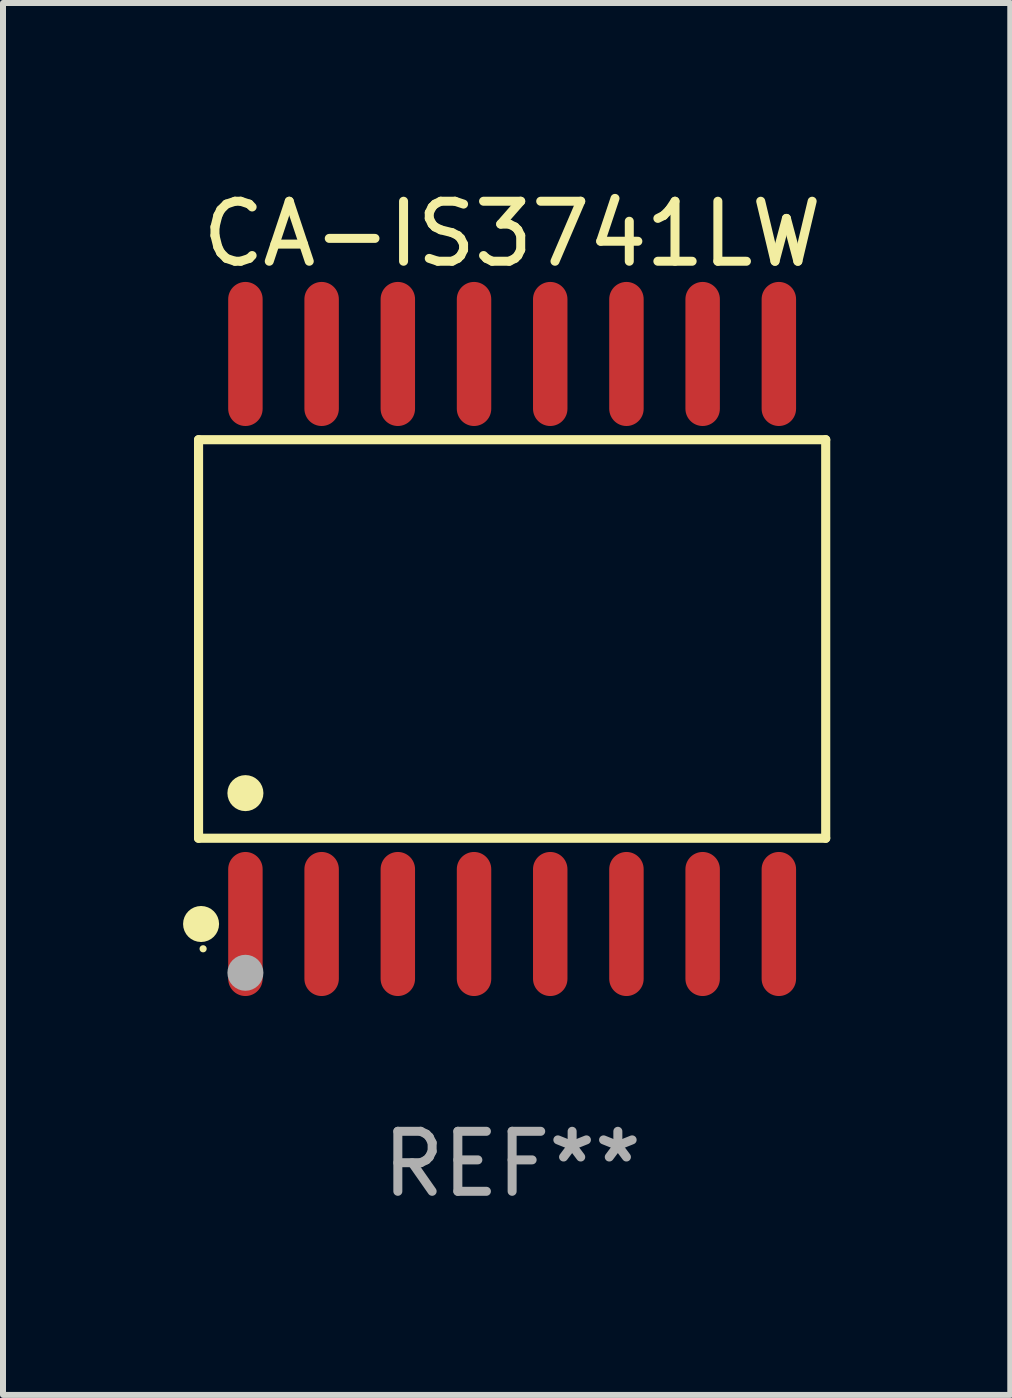
<source format=kicad_pcb>
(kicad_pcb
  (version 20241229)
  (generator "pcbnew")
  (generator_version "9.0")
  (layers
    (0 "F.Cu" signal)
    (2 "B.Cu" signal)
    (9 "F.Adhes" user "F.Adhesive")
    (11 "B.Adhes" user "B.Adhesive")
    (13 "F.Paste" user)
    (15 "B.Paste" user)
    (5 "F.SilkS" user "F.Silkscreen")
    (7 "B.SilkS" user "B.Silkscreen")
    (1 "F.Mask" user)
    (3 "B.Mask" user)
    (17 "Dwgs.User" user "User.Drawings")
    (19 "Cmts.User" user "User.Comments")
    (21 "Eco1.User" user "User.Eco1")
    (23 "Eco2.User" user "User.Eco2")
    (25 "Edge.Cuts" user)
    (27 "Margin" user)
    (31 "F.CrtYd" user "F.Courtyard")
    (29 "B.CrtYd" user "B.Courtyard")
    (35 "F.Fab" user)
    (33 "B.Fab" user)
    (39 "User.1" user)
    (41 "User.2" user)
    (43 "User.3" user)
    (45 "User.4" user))
  (footprint "CA-IS3741LW"
    (layer "F.Cu")
    (at 5.485 7.599)
    (property "Reference" "CA-IS3741LW" (at 0 -6.75 0) (layer "F.SilkS") (effects (font (size 1 1) (thickness 0.15))))
    (attr through_hole)
    (fp_line (start -5.226 -3.321) (end 5.226 -3.321) (stroke (width 0.152) (type solid)) (layer "F.SilkS"))
    (fp_line (start -5.226 3.321) (end -5.226 -3.321) (stroke (width 0.152) (type solid)) (layer "F.SilkS"))
    (fp_line (start 5.226 -3.321) (end 5.226 3.321) (stroke (width 0.152) (type solid)) (layer "F.SilkS"))
    (fp_line (start 5.226 3.321) (end -5.226 3.321) (stroke (width 0.152) (type solid)) (layer "F.SilkS"))
    (fp_circle (center -5.184 4.75) (end -5.034 4.75) (stroke (width 0.3) (type solid)) (fill no) (layer "F.SilkS"))
    (fp_circle (center -5.15 5.163) (end -5.12 5.163) (stroke (width 0.06) (type solid)) (fill no) (layer "F.SilkS"))
    (fp_circle (center -4.445 2.569) (end -4.295 2.569) (stroke (width 0.3) (type solid)) (fill no) (layer "F.SilkS"))
    (fp_circle (center -4.445 5.563) (end -4.295 5.563) (stroke (width 0.3) (type solid)) (fill no) (layer "F.Fab"))
    (fp_text user "REF**" (at 0 8.75 0) (layer "F.Fab") (effects (font (size 1 1) (thickness 0.15))))
    (pad "1" smd oval (at -4.445 4.75) (size 0.574 2.401) (layers "F.Cu" "F.Mask" "F.Paste"))
    (pad "2" smd oval (at -3.175 4.75) (size 0.574 2.401) (layers "F.Cu" "F.Mask" "F.Paste"))
    (pad "3" smd oval (at -1.905 4.75) (size 0.574 2.401) (layers "F.Cu" "F.Mask" "F.Paste"))
    (pad "4" smd oval (at -0.635 4.75) (size 0.574 2.401) (layers "F.Cu" "F.Mask" "F.Paste"))
    (pad "5" smd oval (at 0.635 4.75) (size 0.574 2.401) (layers "F.Cu" "F.Mask" "F.Paste"))
    (pad "6" smd oval (at 1.905 4.75) (size 0.574 2.401) (layers "F.Cu" "F.Mask" "F.Paste"))
    (pad "7" smd oval (at 3.175 4.75) (size 0.574 2.401) (layers "F.Cu" "F.Mask" "F.Paste"))
    (pad "8" smd oval (at 4.445 4.75) (size 0.574 2.401) (layers "F.Cu" "F.Mask" "F.Paste"))
    (pad "9" smd oval (at 4.445 -4.75) (size 0.574 2.401) (layers "F.Cu" "F.Mask" "F.Paste"))
    (pad "10" smd oval (at 3.175 -4.75) (size 0.574 2.401) (layers "F.Cu" "F.Mask" "F.Paste"))
    (pad "11" smd oval (at 1.905 -4.75) (size 0.574 2.401) (layers "F.Cu" "F.Mask" "F.Paste"))
    (pad "12" smd oval (at 0.635 -4.75) (size 0.574 2.401) (layers "F.Cu" "F.Mask" "F.Paste"))
    (pad "13" smd oval (at -0.635 -4.75) (size 0.574 2.401) (layers "F.Cu" "F.Mask" "F.Paste"))
    (pad "14" smd oval (at -1.905 -4.75) (size 0.574 2.401) (layers "F.Cu" "F.Mask" "F.Paste"))
    (pad "15" smd oval (at -3.175 -4.75) (size 0.574 2.401) (layers "F.Cu" "F.Mask" "F.Paste"))
    (pad "16" smd oval (at -4.445 -4.75) (size 0.574 2.401) (layers "F.Cu" "F.Mask" "F.Paste")))
  (gr_rect
    (start -3 -3)
    (end 13.787 20.197)
    (stroke (width 0.1) (type default))
    (fill no)
    (layer "Edge.Cuts")))
</source>
